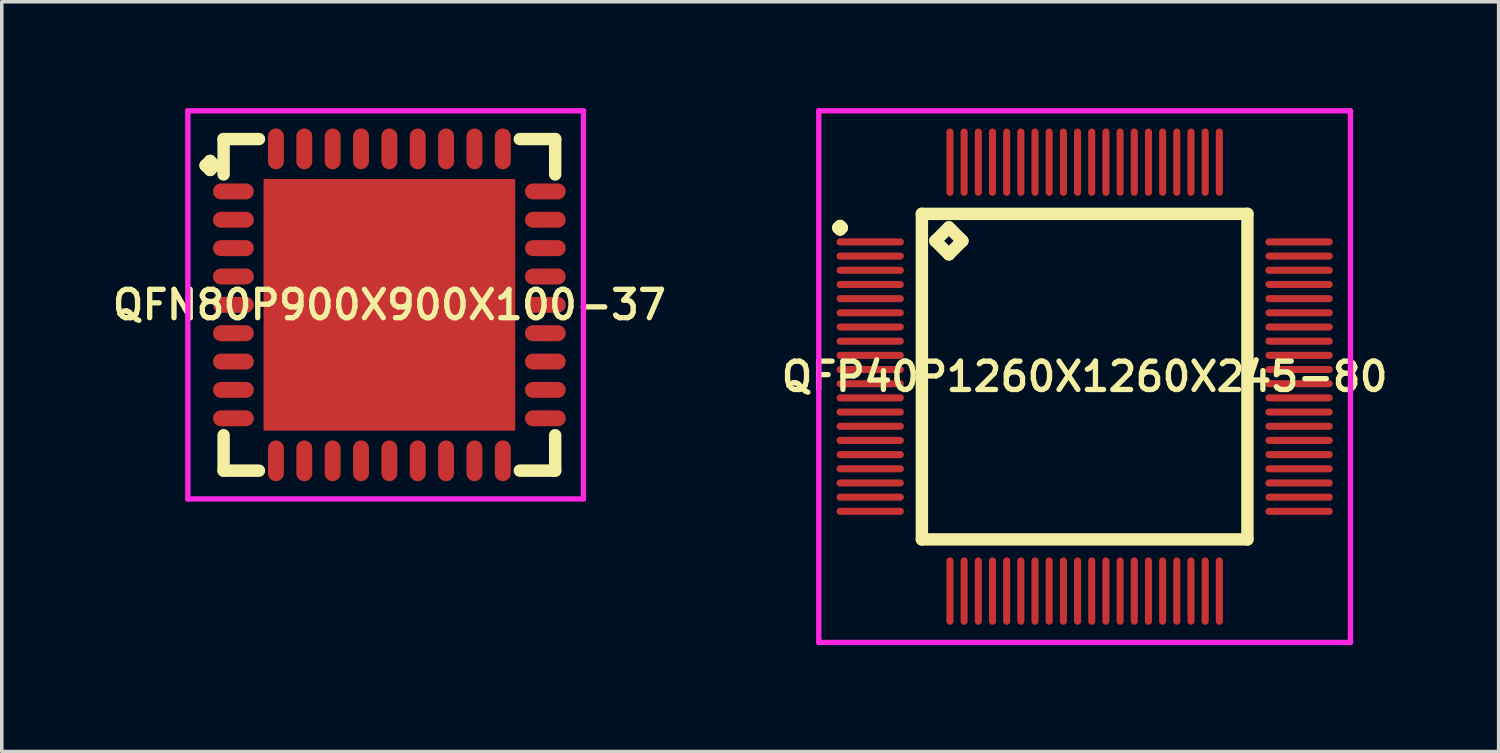
<source format=kicad_pcb>
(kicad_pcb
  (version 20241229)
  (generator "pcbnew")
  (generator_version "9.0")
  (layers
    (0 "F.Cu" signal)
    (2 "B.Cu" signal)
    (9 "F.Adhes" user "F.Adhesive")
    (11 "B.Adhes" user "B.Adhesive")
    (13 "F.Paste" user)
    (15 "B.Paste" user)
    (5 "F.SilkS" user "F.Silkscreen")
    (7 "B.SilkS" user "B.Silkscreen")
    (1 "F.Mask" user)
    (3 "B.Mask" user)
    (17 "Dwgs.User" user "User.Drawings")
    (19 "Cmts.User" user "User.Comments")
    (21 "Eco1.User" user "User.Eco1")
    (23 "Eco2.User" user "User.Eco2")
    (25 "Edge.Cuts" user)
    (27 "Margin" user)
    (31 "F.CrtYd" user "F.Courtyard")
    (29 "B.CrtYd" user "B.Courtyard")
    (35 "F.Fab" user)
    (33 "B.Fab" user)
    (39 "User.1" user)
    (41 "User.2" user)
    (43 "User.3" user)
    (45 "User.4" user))
  (footprint "QFP40P1260X1260X245-80"
    (layer "F.Cu")
    (at 27.549 7.575)
    (property "Reference" "QFP40P1260X1260X245-80" (at 0 0 0) (layer "F.SilkS") (effects (font (size 0.8 0.8) (thickness 0.15))))
    (attr smd)
    (fp_line (start -6.95 -4.2) (end -6.9 -4.25) (stroke (width 0.35) (type solid)) (layer "F.SilkS"))
    (fp_line (start -6.9 -4.25) (end -6.85 -4.2) (stroke (width 0.35) (type solid)) (layer "F.SilkS"))
    (fp_line (start -6.9 -4.15) (end -6.95 -4.2) (stroke (width 0.35) (type solid)) (layer "F.SilkS"))
    (fp_line (start -6.85 -4.2) (end -6.9 -4.15) (stroke (width 0.35) (type solid)) (layer "F.SilkS"))
    (fp_line (start -4.592 -4.592) (end -4.592 4.592) (stroke (width 0.35) (type solid)) (layer "F.SilkS"))
    (fp_line (start -4.592 4.592) (end 4.592 4.592) (stroke (width 0.35) (type solid)) (layer "F.SilkS"))
    (fp_line (start -4.211 -3.83) (end -3.83 -4.211) (stroke (width 0.35) (type solid)) (layer "F.SilkS"))
    (fp_line (start -3.83 -4.211) (end -3.449 -3.83) (stroke (width 0.35) (type solid)) (layer "F.SilkS"))
    (fp_line (start -3.83 -3.449) (end -4.211 -3.83) (stroke (width 0.35) (type solid)) (layer "F.SilkS"))
    (fp_line (start -3.449 -3.83) (end -3.83 -3.449) (stroke (width 0.35) (type solid)) (layer "F.SilkS"))
    (fp_line (start 4.592 -4.592) (end -4.592 -4.592) (stroke (width 0.35) (type solid)) (layer "F.SilkS"))
    (fp_line (start 4.592 4.592) (end 4.592 -4.592) (stroke (width 0.35) (type solid)) (layer "F.SilkS"))
    (fp_line (start -7.5 -7.5) (end 7.5 -7.5) (stroke (width 0.15) (type solid)) (layer "F.CrtYd"))
    (fp_line (start -7.5 7.5) (end -7.5 -7.5) (stroke (width 0.15) (type solid)) (layer "F.CrtYd"))
    (fp_line (start 7.5 -7.5) (end 7.5 7.5) (stroke (width 0.15) (type solid)) (layer "F.CrtYd"))
    (fp_line (start 7.5 7.5) (end -7.5 7.5) (stroke (width 0.15) (type solid)) (layer "F.CrtYd"))
    (pad "1" smd oval (at -6.05 -3.8) (size 1.9 0.2) (layers "F.Cu" "F.Mask" "F.Paste"))
    (pad "2" smd oval (at -6.05 -3.4) (size 1.9 0.2) (layers "F.Cu" "F.Mask" "F.Paste"))
    (pad "3" smd oval (at -6.05 -3) (size 1.9 0.2) (layers "F.Cu" "F.Mask" "F.Paste"))
    (pad "4" smd oval (at -6.05 -2.6) (size 1.9 0.2) (layers "F.Cu" "F.Mask" "F.Paste"))
    (pad "5" smd oval (at -6.05 -2.2) (size 1.9 0.2) (layers "F.Cu" "F.Mask" "F.Paste"))
    (pad "6" smd oval (at -6.05 -1.8) (size 1.9 0.2) (layers "F.Cu" "F.Mask" "F.Paste"))
    (pad "7" smd oval (at -6.05 -1.4) (size 1.9 0.2) (layers "F.Cu" "F.Mask" "F.Paste"))
    (pad "8" smd oval (at -6.05 -1) (size 1.9 0.2) (layers "F.Cu" "F.Mask" "F.Paste"))
    (pad "9" smd oval (at -6.05 -0.6) (size 1.9 0.2) (layers "F.Cu" "F.Mask" "F.Paste"))
    (pad "10" smd oval (at -6.05 -0.2) (size 1.9 0.2) (layers "F.Cu" "F.Mask" "F.Paste"))
    (pad "11" smd oval (at -6.05 0.2) (size 1.9 0.2) (layers "F.Cu" "F.Mask" "F.Paste"))
    (pad "12" smd oval (at -6.05 0.6) (size 1.9 0.2) (layers "F.Cu" "F.Mask" "F.Paste"))
    (pad "13" smd oval (at -6.05 1) (size 1.9 0.2) (layers "F.Cu" "F.Mask" "F.Paste"))
    (pad "14" smd oval (at -6.05 1.4) (size 1.9 0.2) (layers "F.Cu" "F.Mask" "F.Paste"))
    (pad "15" smd oval (at -6.05 1.8) (size 1.9 0.2) (layers "F.Cu" "F.Mask" "F.Paste"))
    (pad "16" smd oval (at -6.05 2.2) (size 1.9 0.2) (layers "F.Cu" "F.Mask" "F.Paste"))
    (pad "17" smd oval (at -6.05 2.6) (size 1.9 0.2) (layers "F.Cu" "F.Mask" "F.Paste"))
    (pad "18" smd oval (at -6.05 3) (size 1.9 0.2) (layers "F.Cu" "F.Mask" "F.Paste"))
    (pad "19" smd oval (at -6.05 3.4) (size 1.9 0.2) (layers "F.Cu" "F.Mask" "F.Paste"))
    (pad "20" smd oval (at -6.05 3.8) (size 1.9 0.2) (layers "F.Cu" "F.Mask" "F.Paste"))
    (pad "21" smd oval (at -3.8 6.05) (size 0.2 1.9) (layers "F.Cu" "F.Mask" "F.Paste"))
    (pad "22" smd oval (at -3.4 6.05) (size 0.2 1.9) (layers "F.Cu" "F.Mask" "F.Paste"))
    (pad "23" smd oval (at -3 6.05) (size 0.2 1.9) (layers "F.Cu" "F.Mask" "F.Paste"))
    (pad "24" smd oval (at -2.6 6.05) (size 0.2 1.9) (layers "F.Cu" "F.Mask" "F.Paste"))
    (pad "25" smd oval (at -2.2 6.05) (size 0.2 1.9) (layers "F.Cu" "F.Mask" "F.Paste"))
    (pad "26" smd oval (at -1.8 6.05) (size 0.2 1.9) (layers "F.Cu" "F.Mask" "F.Paste"))
    (pad "27" smd oval (at -1.4 6.05) (size 0.2 1.9) (layers "F.Cu" "F.Mask" "F.Paste"))
    (pad "28" smd oval (at -1 6.05) (size 0.2 1.9) (layers "F.Cu" "F.Mask" "F.Paste"))
    (pad "29" smd oval (at -0.6 6.05) (size 0.2 1.9) (layers "F.Cu" "F.Mask" "F.Paste"))
    (pad "30" smd oval (at -0.2 6.05) (size 0.2 1.9) (layers "F.Cu" "F.Mask" "F.Paste"))
    (pad "31" smd oval (at 0.2 6.05) (size 0.2 1.9) (layers "F.Cu" "F.Mask" "F.Paste"))
    (pad "32" smd oval (at 0.6 6.05) (size 0.2 1.9) (layers "F.Cu" "F.Mask" "F.Paste"))
    (pad "33" smd oval (at 1 6.05) (size 0.2 1.9) (layers "F.Cu" "F.Mask" "F.Paste"))
    (pad "34" smd oval (at 1.4 6.05) (size 0.2 1.9) (layers "F.Cu" "F.Mask" "F.Paste"))
    (pad "35" smd oval (at 1.8 6.05) (size 0.2 1.9) (layers "F.Cu" "F.Mask" "F.Paste"))
    (pad "36" smd oval (at 2.2 6.05) (size 0.2 1.9) (layers "F.Cu" "F.Mask" "F.Paste"))
    (pad "37" smd oval (at 2.6 6.05) (size 0.2 1.9) (layers "F.Cu" "F.Mask" "F.Paste"))
    (pad "38" smd oval (at 3 6.05) (size 0.2 1.9) (layers "F.Cu" "F.Mask" "F.Paste"))
    (pad "39" smd oval (at 3.4 6.05) (size 0.2 1.9) (layers "F.Cu" "F.Mask" "F.Paste"))
    (pad "40" smd oval (at 3.8 6.05) (size 0.2 1.9) (layers "F.Cu" "F.Mask" "F.Paste"))
    (pad "41" smd oval (at 6.05 3.8) (size 1.9 0.2) (layers "F.Cu" "F.Mask" "F.Paste"))
    (pad "42" smd oval (at 6.05 3.4) (size 1.9 0.2) (layers "F.Cu" "F.Mask" "F.Paste"))
    (pad "43" smd oval (at 6.05 3) (size 1.9 0.2) (layers "F.Cu" "F.Mask" "F.Paste"))
    (pad "44" smd oval (at 6.05 2.6) (size 1.9 0.2) (layers "F.Cu" "F.Mask" "F.Paste"))
    (pad "45" smd oval (at 6.05 2.2) (size 1.9 0.2) (layers "F.Cu" "F.Mask" "F.Paste"))
    (pad "46" smd oval (at 6.05 1.8) (size 1.9 0.2) (layers "F.Cu" "F.Mask" "F.Paste"))
    (pad "47" smd oval (at 6.05 1.4) (size 1.9 0.2) (layers "F.Cu" "F.Mask" "F.Paste"))
    (pad "48" smd oval (at 6.05 1) (size 1.9 0.2) (layers "F.Cu" "F.Mask" "F.Paste"))
    (pad "49" smd oval (at 6.05 0.6) (size 1.9 0.2) (layers "F.Cu" "F.Mask" "F.Paste"))
    (pad "50" smd oval (at 6.05 0.2) (size 1.9 0.2) (layers "F.Cu" "F.Mask" "F.Paste"))
    (pad "51" smd oval (at 6.05 -0.2) (size 1.9 0.2) (layers "F.Cu" "F.Mask" "F.Paste"))
    (pad "52" smd oval (at 6.05 -0.6) (size 1.9 0.2) (layers "F.Cu" "F.Mask" "F.Paste"))
    (pad "53" smd oval (at 6.05 -1) (size 1.9 0.2) (layers "F.Cu" "F.Mask" "F.Paste"))
    (pad "54" smd oval (at 6.05 -1.4) (size 1.9 0.2) (layers "F.Cu" "F.Mask" "F.Paste"))
    (pad "55" smd oval (at 6.05 -1.8) (size 1.9 0.2) (layers "F.Cu" "F.Mask" "F.Paste"))
    (pad "56" smd oval (at 6.05 -2.2) (size 1.9 0.2) (layers "F.Cu" "F.Mask" "F.Paste"))
    (pad "57" smd oval (at 6.05 -2.6) (size 1.9 0.2) (layers "F.Cu" "F.Mask" "F.Paste"))
    (pad "58" smd oval (at 6.05 -3) (size 1.9 0.2) (layers "F.Cu" "F.Mask" "F.Paste"))
    (pad "59" smd oval (at 6.05 -3.4) (size 1.9 0.2) (layers "F.Cu" "F.Mask" "F.Paste"))
    (pad "60" smd oval (at 6.05 -3.8) (size 1.9 0.2) (layers "F.Cu" "F.Mask" "F.Paste"))
    (pad "61" smd oval (at 3.8 -6.05) (size 0.2 1.9) (layers "F.Cu" "F.Mask" "F.Paste"))
    (pad "62" smd oval (at 3.4 -6.05) (size 0.2 1.9) (layers "F.Cu" "F.Mask" "F.Paste"))
    (pad "63" smd oval (at 3 -6.05) (size 0.2 1.9) (layers "F.Cu" "F.Mask" "F.Paste"))
    (pad "64" smd oval (at 2.6 -6.05) (size 0.2 1.9) (layers "F.Cu" "F.Mask" "F.Paste"))
    (pad "65" smd oval (at 2.2 -6.05) (size 0.2 1.9) (layers "F.Cu" "F.Mask" "F.Paste"))
    (pad "66" smd oval (at 1.8 -6.05) (size 0.2 1.9) (layers "F.Cu" "F.Mask" "F.Paste"))
    (pad "67" smd oval (at 1.4 -6.05) (size 0.2 1.9) (layers "F.Cu" "F.Mask" "F.Paste"))
    (pad "68" smd oval (at 1 -6.05) (size 0.2 1.9) (layers "F.Cu" "F.Mask" "F.Paste"))
    (pad "69" smd oval (at 0.6 -6.05) (size 0.2 1.9) (layers "F.Cu" "F.Mask" "F.Paste"))
    (pad "70" smd oval (at 0.2 -6.05) (size 0.2 1.9) (layers "F.Cu" "F.Mask" "F.Paste"))
    (pad "71" smd oval (at -0.2 -6.05) (size 0.2 1.9) (layers "F.Cu" "F.Mask" "F.Paste"))
    (pad "72" smd oval (at -0.6 -6.05) (size 0.2 1.9) (layers "F.Cu" "F.Mask" "F.Paste"))
    (pad "73" smd oval (at -1 -6.05) (size 0.2 1.9) (layers "F.Cu" "F.Mask" "F.Paste"))
    (pad "74" smd oval (at -1.4 -6.05) (size 0.2 1.9) (layers "F.Cu" "F.Mask" "F.Paste"))
    (pad "75" smd oval (at -1.8 -6.05) (size 0.2 1.9) (layers "F.Cu" "F.Mask" "F.Paste"))
    (pad "76" smd oval (at -2.2 -6.05) (size 0.2 1.9) (layers "F.Cu" "F.Mask" "F.Paste"))
    (pad "77" smd oval (at -2.6 -6.05) (size 0.2 1.9) (layers "F.Cu" "F.Mask" "F.Paste"))
    (pad "78" smd oval (at -3 -6.05) (size 0.2 1.9) (layers "F.Cu" "F.Mask" "F.Paste"))
    (pad "79" smd oval (at -3.4 -6.05) (size 0.2 1.9) (layers "F.Cu" "F.Mask" "F.Paste"))
    (pad "80" smd oval (at -3.8 -6.05) (size 0.2 1.9) (layers "F.Cu" "F.Mask" "F.Paste")))
  (footprint "QFN80P900X900X100-37"
    (layer "F.Cu")
    (at 7.935 5.55)
    (property "Reference" "QFN80P900X900X100-37" (at 0 0 0) (layer "F.SilkS") (effects (font (size 0.8 0.8) (thickness 0.15))))
    (attr through_hole)
    (fp_line (start -5.185 -3.933) (end -5.058 -4.06) (stroke (width 0.35) (type solid)) (layer "F.SilkS"))
    (fp_line (start -5.058 -4.06) (end -4.931 -3.933) (stroke (width 0.35) (type solid)) (layer "F.SilkS"))
    (fp_line (start -5.058 -3.806) (end -5.185 -3.933) (stroke (width 0.35) (type solid)) (layer "F.SilkS"))
    (fp_line (start -4.931 -3.933) (end -5.058 -3.806) (stroke (width 0.35) (type solid)) (layer "F.SilkS"))
    (fp_line (start -4.677 -4.677) (end -3.679 -4.677) (stroke (width 0.35) (type solid)) (layer "F.SilkS"))
    (fp_line (start -4.677 -3.679) (end -4.677 -4.677) (stroke (width 0.35) (type solid)) (layer "F.SilkS"))
    (fp_line (start -4.677 3.679) (end -4.677 4.677) (stroke (width 0.35) (type solid)) (layer "F.SilkS"))
    (fp_line (start -4.677 4.677) (end -3.679 4.677) (stroke (width 0.35) (type solid)) (layer "F.SilkS"))
    (fp_line (start 3.679 -4.677) (end 4.677 -4.677) (stroke (width 0.35) (type solid)) (layer "F.SilkS"))
    (fp_line (start 3.679 4.677) (end 4.677 4.677) (stroke (width 0.35) (type solid)) (layer "F.SilkS"))
    (fp_line (start 4.677 -4.677) (end 4.677 -3.679) (stroke (width 0.35) (type solid)) (layer "F.SilkS"))
    (fp_line (start 4.677 4.677) (end 4.677 3.679) (stroke (width 0.35) (type solid)) (layer "F.SilkS"))
    (fp_line (start -5.685 -5.475) (end 5.475 -5.475) (stroke (width 0.15) (type solid)) (layer "F.CrtYd"))
    (fp_line (start -5.685 5.475) (end -5.685 -5.475) (stroke (width 0.15) (type solid)) (layer "F.CrtYd"))
    (fp_line (start 5.475 -5.475) (end 5.475 5.475) (stroke (width 0.15) (type solid)) (layer "F.CrtYd"))
    (fp_line (start 5.475 5.475) (end -5.685 5.475) (stroke (width 0.15) (type solid)) (layer "F.CrtYd"))
    (pad "1" smd oval (at -4.4 -3.2) (size 1.15 0.45) (layers "F.Cu" "F.Mask" "F.Paste"))
    (pad "2" smd oval (at -4.4 -2.4) (size 1.15 0.45) (layers "F.Cu" "F.Mask" "F.Paste"))
    (pad "3" smd oval (at -4.4 -1.6) (size 1.15 0.45) (layers "F.Cu" "F.Mask" "F.Paste"))
    (pad "4" smd oval (at -4.4 -0.8) (size 1.15 0.45) (layers "F.Cu" "F.Mask" "F.Paste"))
    (pad "5" smd oval (at -4.4 0) (size 1.15 0.45) (layers "F.Cu" "F.Mask" "F.Paste"))
    (pad "6" smd oval (at -4.4 0.8) (size 1.15 0.45) (layers "F.Cu" "F.Mask" "F.Paste"))
    (pad "7" smd oval (at -4.4 1.6) (size 1.15 0.45) (layers "F.Cu" "F.Mask" "F.Paste"))
    (pad "8" smd oval (at -4.4 2.4) (size 1.15 0.45) (layers "F.Cu" "F.Mask" "F.Paste"))
    (pad "9" smd oval (at -4.4 3.2) (size 1.15 0.45) (layers "F.Cu" "F.Mask" "F.Paste"))
    (pad "10" smd oval (at -3.2 4.4) (size 0.45 1.15) (layers "F.Cu" "F.Mask" "F.Paste"))
    (pad "11" smd oval (at -2.4 4.4) (size 0.45 1.15) (layers "F.Cu" "F.Mask" "F.Paste"))
    (pad "12" smd oval (at -1.6 4.4) (size 0.45 1.15) (layers "F.Cu" "F.Mask" "F.Paste"))
    (pad "13" smd oval (at -0.8 4.4) (size 0.45 1.15) (layers "F.Cu" "F.Mask" "F.Paste"))
    (pad "14" smd oval (at 0 4.4) (size 0.45 1.15) (layers "F.Cu" "F.Mask" "F.Paste"))
    (pad "15" smd oval (at 0.8 4.4) (size 0.45 1.15) (layers "F.Cu" "F.Mask" "F.Paste"))
    (pad "16" smd oval (at 1.6 4.4) (size 0.45 1.15) (layers "F.Cu" "F.Mask" "F.Paste"))
    (pad "17" smd oval (at 2.4 4.4) (size 0.45 1.15) (layers "F.Cu" "F.Mask" "F.Paste"))
    (pad "18" smd oval (at 3.2 4.4) (size 0.45 1.15) (layers "F.Cu" "F.Mask" "F.Paste"))
    (pad "19" smd oval (at 4.4 3.2) (size 1.15 0.45) (layers "F.Cu" "F.Mask" "F.Paste"))
    (pad "20" smd oval (at 4.4 2.4) (size 1.15 0.45) (layers "F.Cu" "F.Mask" "F.Paste"))
    (pad "21" smd oval (at 4.4 1.6) (size 1.15 0.45) (layers "F.Cu" "F.Mask" "F.Paste"))
    (pad "22" smd oval (at 4.4 0.8) (size 1.15 0.45) (layers "F.Cu" "F.Mask" "F.Paste"))
    (pad "23" smd oval (at 4.4 0) (size 1.15 0.45) (layers "F.Cu" "F.Mask" "F.Paste"))
    (pad "24" smd oval (at 4.4 -0.8) (size 1.15 0.45) (layers "F.Cu" "F.Mask" "F.Paste"))
    (pad "25" smd oval (at 4.4 -1.6) (size 1.15 0.45) (layers "F.Cu" "F.Mask" "F.Paste"))
    (pad "26" smd oval (at 4.4 -2.4) (size 1.15 0.45) (layers "F.Cu" "F.Mask" "F.Paste"))
    (pad "27" smd oval (at 4.4 -3.2) (size 1.15 0.45) (layers "F.Cu" "F.Mask" "F.Paste"))
    (pad "28" smd oval (at 3.2 -4.4) (size 0.45 1.15) (layers "F.Cu" "F.Mask" "F.Paste"))
    (pad "29" smd oval (at 2.4 -4.4) (size 0.45 1.15) (layers "F.Cu" "F.Mask" "F.Paste"))
    (pad "30" smd oval (at 1.6 -4.4) (size 0.45 1.15) (layers "F.Cu" "F.Mask" "F.Paste"))
    (pad "31" smd oval (at 0.8 -4.4) (size 0.45 1.15) (layers "F.Cu" "F.Mask" "F.Paste"))
    (pad "32" smd oval (at 0 -4.4) (size 0.45 1.15) (layers "F.Cu" "F.Mask" "F.Paste"))
    (pad "33" smd oval (at -0.8 -4.4) (size 0.45 1.15) (layers "F.Cu" "F.Mask" "F.Paste"))
    (pad "34" smd oval (at -1.6 -4.4) (size 0.45 1.15) (layers "F.Cu" "F.Mask" "F.Paste"))
    (pad "35" smd oval (at -2.4 -4.4) (size 0.45 1.15) (layers "F.Cu" "F.Mask" "F.Paste"))
    (pad "36" smd oval (at -3.2 -4.4) (size 0.45 1.15) (layers "F.Cu" "F.Mask" "F.Paste"))
    (pad "37" smd rect (at 0 0) (size 7.1 7.1) (layers "F.Cu" "F.Mask" "F.Paste")))
  (gr_rect
    (start -3 -3)
    (end 39.228 18.15)
    (stroke (width 0.1) (type default))
    (fill no)
    (layer "Edge.Cuts")))
</source>
